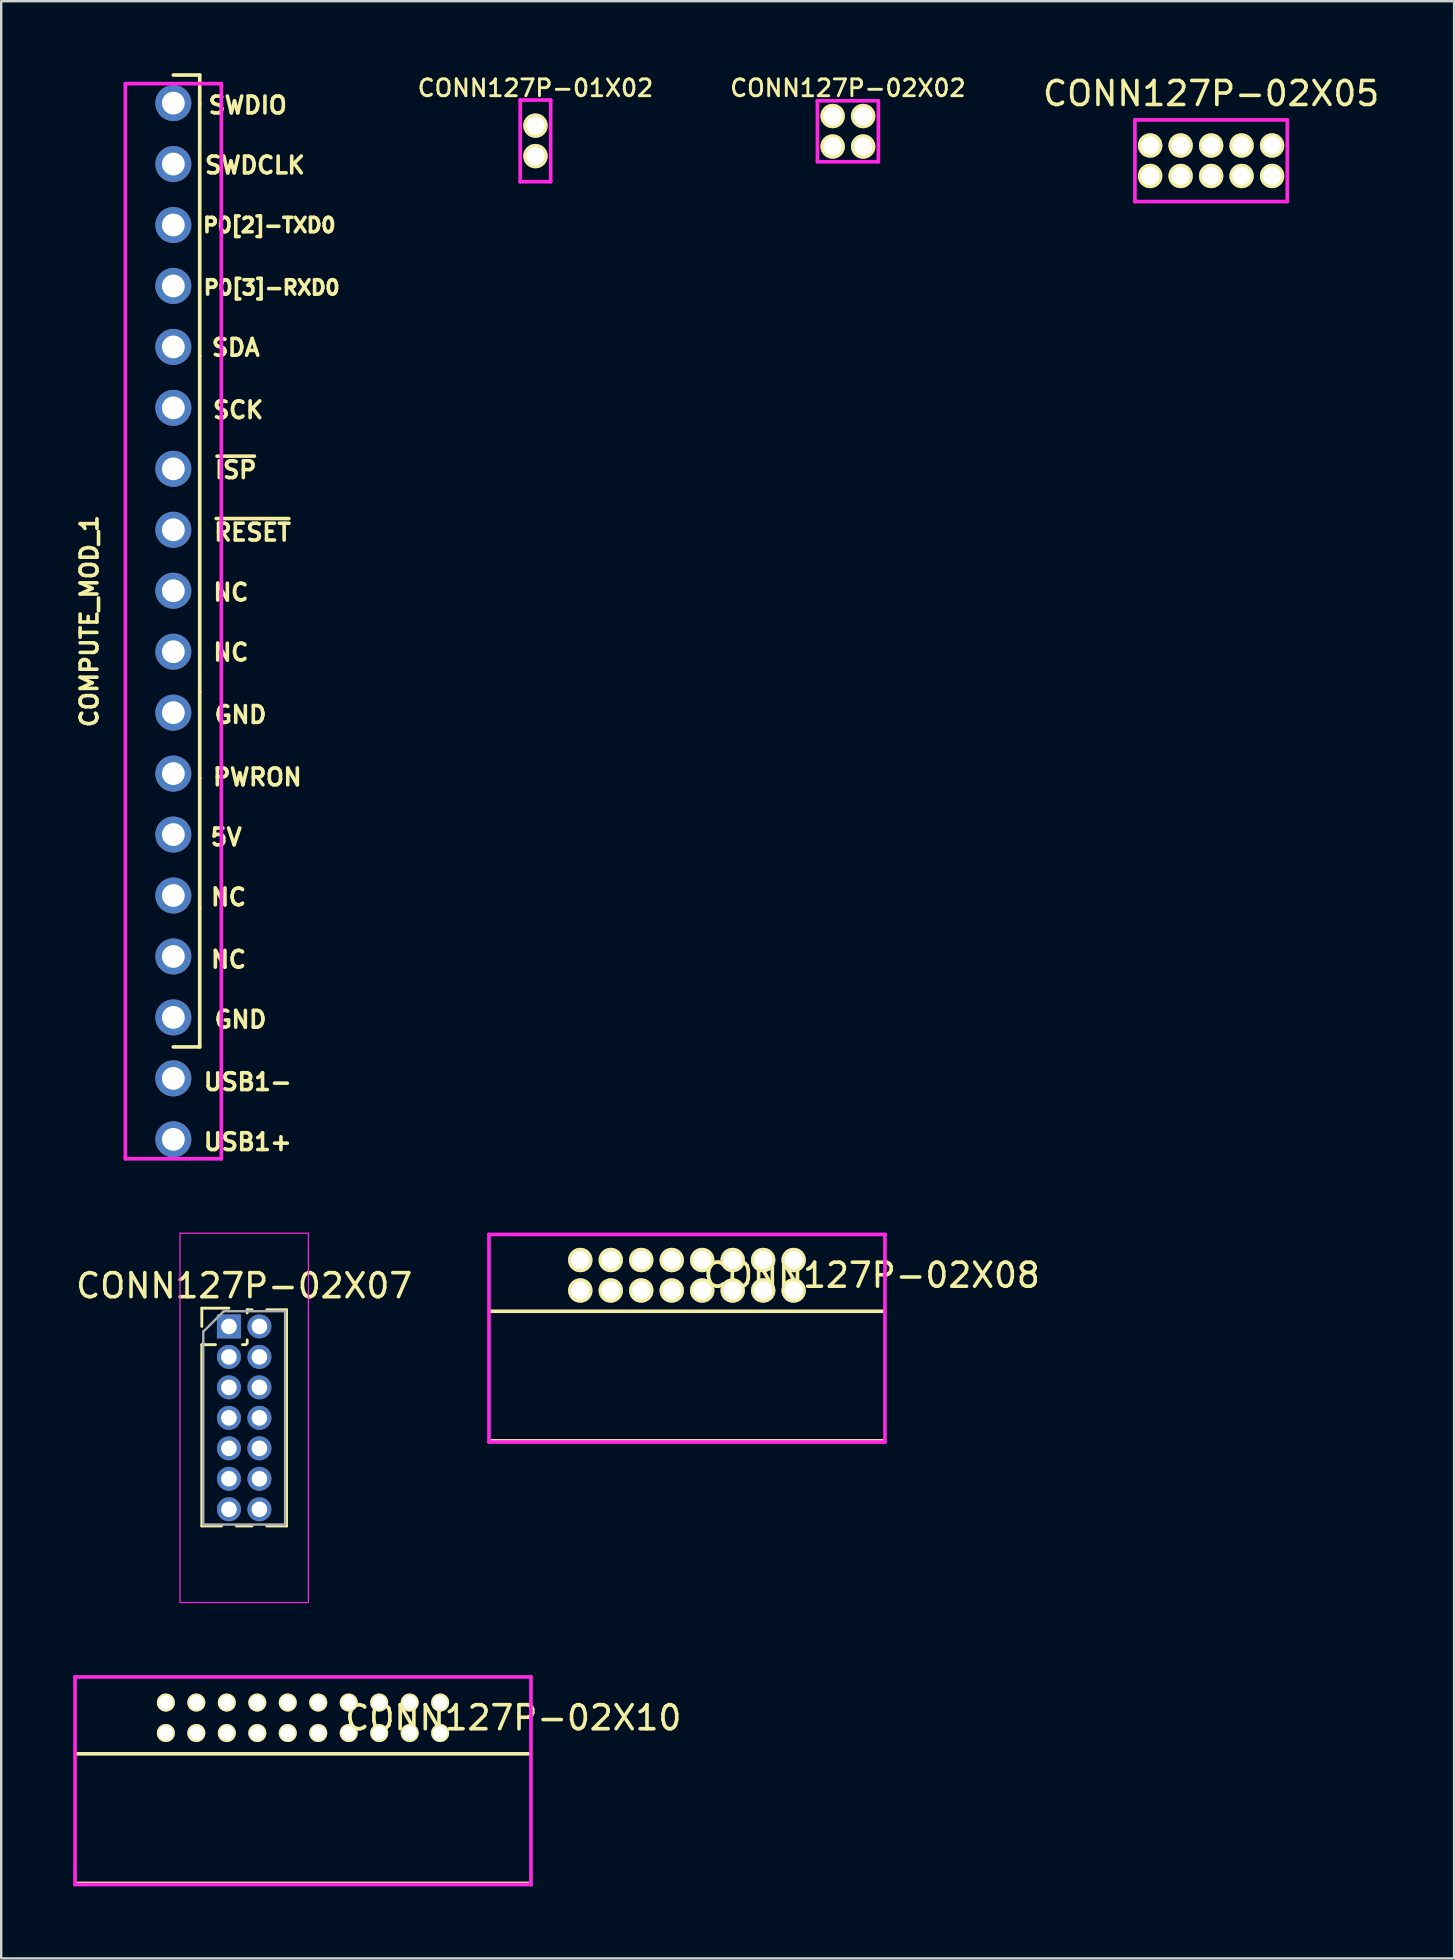
<source format=kicad_pcb>
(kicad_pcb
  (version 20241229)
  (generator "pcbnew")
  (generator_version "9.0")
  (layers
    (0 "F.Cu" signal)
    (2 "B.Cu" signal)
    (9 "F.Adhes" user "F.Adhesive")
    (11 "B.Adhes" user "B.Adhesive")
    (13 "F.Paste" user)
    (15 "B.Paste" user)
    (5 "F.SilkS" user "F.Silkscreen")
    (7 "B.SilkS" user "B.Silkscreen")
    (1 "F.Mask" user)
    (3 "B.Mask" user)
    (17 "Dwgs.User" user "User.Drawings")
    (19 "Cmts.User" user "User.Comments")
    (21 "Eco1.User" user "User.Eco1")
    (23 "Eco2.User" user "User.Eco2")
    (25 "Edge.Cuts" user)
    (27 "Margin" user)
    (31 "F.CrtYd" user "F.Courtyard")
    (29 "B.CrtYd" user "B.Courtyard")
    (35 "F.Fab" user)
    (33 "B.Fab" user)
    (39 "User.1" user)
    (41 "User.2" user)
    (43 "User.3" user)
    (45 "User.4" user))
  (footprint "CONN127P-02X07"
    (layer "F.Cu")
    (at 7.125 56.032)
    (property "Reference" "CONN127P-02X07" (at 0 -5.505 0) (layer "F.SilkS") (effects (font (size 1 1) (thickness 0.15))))
    (attr through_hole)
    (fp_line (start -1.765 -4.57) (end -0.635 -4.57) (stroke (width 0.12) (type solid)) (layer "F.SilkS"))
    (fp_line (start -1.765 -3.81) (end -1.765 -4.57) (stroke (width 0.12) (type solid)) (layer "F.SilkS"))
    (fp_line (start -1.765 -3.05) (end -1.765 4.505) (stroke (width 0.12) (type solid)) (layer "F.SilkS"))
    (fp_line (start -1.765 -3.05) (end -1.198 -3.05) (stroke (width 0.12) (type solid)) (layer "F.SilkS"))
    (fp_line (start -1.765 4.505) (end -0.943 4.505) (stroke (width 0.12) (type solid)) (layer "F.SilkS"))
    (fp_line (start -0.327 4.505) (end 0.327 4.505) (stroke (width 0.12) (type solid)) (layer "F.SilkS"))
    (fp_line (start -0.072 -3.05) (end 0.072 -3.05) (stroke (width 0.12) (type solid)) (layer "F.SilkS"))
    (fp_line (start 0.125 -4.505) (end 0.327 -4.505) (stroke (width 0.12) (type solid)) (layer "F.SilkS"))
    (fp_line (start 0.125 -4.373) (end 0.125 -4.505) (stroke (width 0.12) (type solid)) (layer "F.SilkS"))
    (fp_line (start 0.125 -3.103) (end 0.125 -3.247) (stroke (width 0.12) (type solid)) (layer "F.SilkS"))
    (fp_line (start 0.943 -4.505) (end 1.765 -4.505) (stroke (width 0.12) (type solid)) (layer "F.SilkS"))
    (fp_line (start 0.943 4.505) (end 1.765 4.505) (stroke (width 0.12) (type solid)) (layer "F.SilkS"))
    (fp_line (start 1.765 -4.505) (end 1.765 4.505) (stroke (width 0.12) (type solid)) (layer "F.SilkS"))
    (fp_line (start -2.675 -7.695) (end -2.675 7.695) (stroke (width 0.05) (type solid)) (layer "F.CrtYd"))
    (fp_line (start -2.675 7.695) (end 2.675 7.695) (stroke (width 0.05) (type solid)) (layer "F.CrtYd"))
    (fp_line (start 2.675 -7.695) (end -2.675 -7.695) (stroke (width 0.05) (type solid)) (layer "F.CrtYd"))
    (fp_line (start 2.675 7.695) (end 2.675 -7.695) (stroke (width 0.05) (type solid)) (layer "F.CrtYd"))
    (fp_line (start -1.705 -3.592) (end -0.853 -4.445) (stroke (width 0.1) (type solid)) (layer "F.Fab"))
    (fp_line (start -1.705 4.445) (end -1.705 -3.592) (stroke (width 0.1) (type solid)) (layer "F.Fab"))
    (fp_line (start -0.853 -4.445) (end 1.705 -4.445) (stroke (width 0.1) (type solid)) (layer "F.Fab"))
    (fp_line (start 1.705 -4.445) (end 1.705 4.445) (stroke (width 0.1) (type solid)) (layer "F.Fab"))
    (fp_line (start 1.705 4.445) (end -1.705 4.445) (stroke (width 0.1) (type solid)) (layer "F.Fab"))
    (pad "1" thru_hole rect (at -0.635 -3.81) (size 1 1) (drill 0.65) (layers "*.Cu" "*.Mask"))
    (pad "2" thru_hole oval (at 0.635 -3.81) (size 1 1) (drill 0.65) (layers "*.Cu" "*.Mask"))
    (pad "3" thru_hole oval (at -0.635 -2.54) (size 1 1) (drill 0.65) (layers "*.Cu" "*.Mask"))
    (pad "4" thru_hole oval (at 0.635 -2.54) (size 1 1) (drill 0.65) (layers "*.Cu" "*.Mask"))
    (pad "5" thru_hole oval (at -0.635 -1.27) (size 1 1) (drill 0.65) (layers "*.Cu" "*.Mask"))
    (pad "6" thru_hole oval (at 0.635 -1.27) (size 1 1) (drill 0.65) (layers "*.Cu" "*.Mask"))
    (pad "7" thru_hole oval (at -0.635 0) (size 1 1) (drill 0.65) (layers "*.Cu" "*.Mask"))
    (pad "8" thru_hole oval (at 0.635 0) (size 1 1) (drill 0.65) (layers "*.Cu" "*.Mask"))
    (pad "9" thru_hole oval (at -0.635 1.27) (size 1 1) (drill 0.65) (layers "*.Cu" "*.Mask"))
    (pad "10" thru_hole oval (at 0.635 1.27) (size 1 1) (drill 0.65) (layers "*.Cu" "*.Mask"))
    (pad "11" thru_hole oval (at -0.635 2.54) (size 1 1) (drill 0.65) (layers "*.Cu" "*.Mask"))
    (pad "12" thru_hole oval (at 0.635 2.54) (size 1 1) (drill 0.65) (layers "*.Cu" "*.Mask"))
    (pad "13" thru_hole oval (at -0.635 3.81) (size 1 1) (drill 0.65) (layers "*.Cu" "*.Mask"))
    (pad "14" thru_hole oval (at 0.635 3.81) (size 1 1) (drill 0.65) (layers "*.Cu" "*.Mask")))
  (footprint "COMPUTE_MOD_1"
    (layer "F.Cu")
    (at 4.173 22.836)
    (property "Reference" "COMPUTE_MOD_1" (at -3.5 0 90) (layer "F.SilkS") (effects (font (size 0.7 0.7) (thickness 0.15))))
    (attr through_hole)
    (fp_line (start 0 17.74) (end 1.1 17.74) (stroke (width 0.152) (type solid)) (layer "F.SilkS"))
    (fp_line (start 1.1 -22.76) (end 0 -22.76) (stroke (width 0.152) (type solid)) (layer "F.SilkS"))
    (fp_line (start 1.1 -21.56) (end 1.1 -22.76) (stroke (width 0.152) (type solid)) (layer "F.SilkS"))
    (fp_line (start 1.1 -11.06) (end 1.1 -21.56) (stroke (width 0.152) (type solid)) (layer "F.SilkS"))
    (fp_line (start 1.1 2.94) (end 1.1 -11.06) (stroke (width 0.152) (type solid)) (layer "F.SilkS"))
    (fp_line (start 1.1 6.54) (end 1.1 2.94) (stroke (width 0.152) (type solid)) (layer "F.SilkS"))
    (fp_line (start 1.1 11.94) (end 1.1 6.54) (stroke (width 0.152) (type solid)) (layer "F.SilkS"))
    (fp_line (start 1.1 17.74) (end 1.1 11.94) (stroke (width 0.152) (type solid)) (layer "F.SilkS"))
    (fp_line (start -2 -22.4) (end -2 22.4) (stroke (width 0.152) (type solid)) (layer "F.CrtYd"))
    (fp_line (start -2 22.4) (end 2 22.4) (stroke (width 0.152) (type solid)) (layer "F.CrtYd"))
    (fp_line (start 2 -22.4) (end -2 -22.4) (stroke (width 0.152) (type solid)) (layer "F.CrtYd"))
    (fp_line (start 2 22.4) (end 2 -22.4) (stroke (width 0.152) (type solid)) (layer "F.CrtYd"))
    (fp_text user "~{ISP}" (at 2.6 -6.3 0) (layer "F.SilkS") (effects (font (size 0.7 0.7) (thickness 0.15))))
    (fp_text user "NC" (at 2.4 -1.2 0) (layer "F.SilkS") (effects (font (size 0.7 0.7) (thickness 0.15))))
    (fp_text user "USB1-" (at 3.1 19.2 0) (layer "F.SilkS") (effects (font (size 0.7 0.7) (thickness 0.15))))
    (fp_text user "PWRON" (at 3.5 6.5 0) (layer "F.SilkS") (effects (font (size 0.7 0.7) (thickness 0.15))))
    (fp_text user "NC" (at 2.3 14.1 0) (layer "F.SilkS") (effects (font (size 0.7 0.7) (thickness 0.15))))
    (fp_text user "SWDCLK" (at 3.4 -19 0) (layer "F.SilkS") (effects (font (size 0.7 0.7) (thickness 0.15))))
    (fp_text user "~{RESET}" (at 3.3 -3.7 0) (layer "F.SilkS") (effects (font (size 0.7 0.7) (thickness 0.15))))
    (fp_text user "SWDIO" (at 3.1 -21.5 0) (layer "F.SilkS") (effects (font (size 0.7 0.7) (thickness 0.15))))
    (fp_text user "NC" (at 2.4 1.3 0) (layer "F.SilkS") (effects (font (size 0.7 0.7) (thickness 0.15))))
    (fp_text user "GND" (at 2.8 16.6 0) (layer "F.SilkS") (effects (font (size 0.7 0.7) (thickness 0.15))))
    (fp_text user "USB1+" (at 3.1 21.7 0) (layer "F.SilkS") (effects (font (size 0.7 0.7) (thickness 0.15))))
    (fp_text user "GND" (at 2.8 3.9 0) (layer "F.SilkS") (effects (font (size 0.7 0.7) (thickness 0.15))))
    (fp_text user "NC" (at 2.3 11.5 0) (layer "F.SilkS") (effects (font (size 0.7 0.7) (thickness 0.15))))
    (fp_text user "SCK" (at 2.7 -8.8 0) (layer "F.SilkS") (effects (font (size 0.7 0.7) (thickness 0.15))))
    (fp_text user "SDA" (at 2.6 -11.4 0) (layer "F.SilkS") (effects (font (size 0.7 0.7) (thickness 0.15))))
    (fp_text user "P0[3]-RXD0" (at 4.1 -13.9 0) (layer "F.SilkS") (effects (font (size 0.6 0.6) (thickness 0.15))))
    (fp_text user "5V" (at 2.2 9 0) (layer "F.SilkS") (effects (font (size 0.7 0.7) (thickness 0.15))))
    (fp_text user "P0[2]-TXD0" (at 4 -16.5 0) (layer "F.SilkS") (effects (font (size 0.6 0.6) (thickness 0.15))))
    (pad "1" thru_hole circle (at 0 16.51) (size 1.5 1.5) (drill 0.95) (layers "*.Cu" "*.Mask"))
    (pad "2" thru_hole circle (at 0 13.97) (size 1.5 1.5) (drill 0.95) (layers "*.Cu" "*.Mask"))
    (pad "3" thru_hole circle (at 0 11.43) (size 1.5 1.5) (drill 0.95) (layers "*.Cu" "*.Mask"))
    (pad "4" thru_hole circle (at 0 8.89) (size 1.5 1.5) (drill 0.95) (layers "*.Cu" "*.Mask"))
    (pad "5" thru_hole circle (at 0 6.35) (size 1.5 1.5) (drill 0.95) (layers "*.Cu" "*.Mask"))
    (pad "6" thru_hole circle (at 0 3.81) (size 1.5 1.5) (drill 0.95) (layers "*.Cu" "*.Mask"))
    (pad "7" thru_hole circle (at 0 1.27) (size 1.5 1.5) (drill 0.95) (layers "*.Cu" "*.Mask"))
    (pad "8" thru_hole circle (at 0 -1.27) (size 1.5 1.5) (drill 0.95) (layers "*.Cu" "*.Mask"))
    (pad "9" thru_hole circle (at 0 -3.81) (size 1.5 1.5) (drill 0.95) (layers "*.Cu" "*.Mask"))
    (pad "10" thru_hole circle (at 0 -6.35) (size 1.5 1.5) (drill 0.95) (layers "*.Cu" "*.Mask"))
    (pad "11" thru_hole circle (at 0 -8.89) (size 1.5 1.5) (drill 0.95) (layers "*.Cu" "*.Mask"))
    (pad "12" thru_hole circle (at 0 -11.43) (size 1.5 1.5) (drill 0.95) (layers "*.Cu" "*.Mask"))
    (pad "13" thru_hole circle (at 0 -13.97) (size 1.5 1.5) (drill 0.95) (layers "*.Cu" "*.Mask"))
    (pad "14" thru_hole circle (at 0 -16.51) (size 1.5 1.5) (drill 0.95) (layers "*.Cu" "*.Mask"))
    (pad "15" thru_hole circle (at 0 -19.05) (size 1.5 1.5) (drill 0.95) (layers "*.Cu" "*.Mask"))
    (pad "16" thru_hole circle (at 0 -21.59) (size 1.5 1.5) (drill 0.95) (layers "*.Cu" "*.Mask"))
    (pad "17" thru_hole circle (at 0 19.05) (size 1.5 1.5) (drill 0.95) (layers "*.Cu" "*.Mask"))
    (pad "18" thru_hole circle (at 0 21.59) (size 1.5 1.5) (drill 0.95) (layers "*.Cu" "*.Mask")))
  (footprint "CONN127P-02X02"
    (layer "F.Cu")
    (at 32.282 2.42)
    (property "Reference" "CONN127P-02X02" (at 0 -1.8 0) (layer "F.SilkS") (effects (font (size 0.7 0.7) (thickness 0.12))))
    (attr through_hole)
    (fp_line (start -1.27 -1.27) (end -1.27 1.27) (stroke (width 0.152) (type solid)) (layer "F.CrtYd"))
    (fp_line (start -1.27 -1.27) (end 1.27 -1.27) (stroke (width 0.152) (type solid)) (layer "F.CrtYd"))
    (fp_line (start -1.27 1.27) (end 1.27 1.27) (stroke (width 0.152) (type solid)) (layer "F.CrtYd"))
    (fp_line (start 1.27 -1.27) (end 1.27 1.27) (stroke (width 0.152) (type solid)) (layer "F.CrtYd"))
    (pad "1" thru_hole circle (at 0.635 -0.635) (size 1.016 1.016) (drill 0.762) (layers "*.Cu" "*.Mask" "F.SilkS"))
    (pad "2" thru_hole circle (at 0.635 0.635) (size 1.016 1.016) (drill 0.762) (layers "*.Cu" "*.Mask" "F.SilkS"))
    (pad "3" thru_hole circle (at -0.635 -0.635) (size 1.016 1.016) (drill 0.762) (layers "*.Cu" "*.Mask" "F.SilkS"))
    (pad "4" thru_hole circle (at -0.635 0.635) (size 1.016 1.016) (drill 0.762) (layers "*.Cu" "*.Mask" "F.SilkS")))
  (footprint "CONN127P-02X08"
    (layer "F.Cu")
    (at 25.576 50.09)
    (property "Reference" "CONN127P-02X08" (at 7.7 0 0) (layer "F.SilkS") (effects (font (size 1 1) (thickness 0.15))))
    (attr through_hole)
    (fp_line (start 8.2 1.5) (end -8.2 1.5) (stroke (width 0.15) (type solid)) (layer "F.SilkS"))
    (fp_line (start 8.2 6.9) (end -8.2 6.9) (stroke (width 0.15) (type solid)) (layer "F.SilkS"))
    (fp_line (start -8.25 -1.702) (end -8.25 6.95) (stroke (width 0.152) (type solid)) (layer "F.CrtYd"))
    (fp_line (start -8.25 -1.702) (end 8.25 -1.702) (stroke (width 0.152) (type solid)) (layer "F.CrtYd"))
    (fp_line (start -8.25 6.95) (end 8.25 6.95) (stroke (width 0.152) (type solid)) (layer "F.CrtYd"))
    (fp_line (start 8.25 -1.702) (end 8.25 6.95) (stroke (width 0.152) (type solid)) (layer "F.CrtYd"))
    (pad "1" thru_hole circle (at 4.445 -0.635) (size 1.016 1.016) (drill 0.762) (layers "*.Cu" "*.Mask" "F.SilkS"))
    (pad "2" thru_hole circle (at 4.445 0.635) (size 1.016 1.016) (drill 0.762) (layers "*.Cu" "*.Mask" "F.SilkS"))
    (pad "3" thru_hole circle (at 3.175 -0.635) (size 1.016 1.016) (drill 0.762) (layers "*.Cu" "*.Mask" "F.SilkS"))
    (pad "4" thru_hole circle (at 3.175 0.635) (size 1.016 1.016) (drill 0.762) (layers "*.Cu" "*.Mask" "F.SilkS"))
    (pad "5" thru_hole circle (at 1.905 -0.635) (size 1.016 1.016) (drill 0.762) (layers "*.Cu" "*.Mask" "F.SilkS"))
    (pad "6" thru_hole circle (at 1.905 0.635) (size 1.016 1.016) (drill 0.762) (layers "*.Cu" "*.Mask" "F.SilkS"))
    (pad "7" thru_hole circle (at 0.635 -0.635) (size 1.016 1.016) (drill 0.762) (layers "*.Cu" "*.Mask" "F.SilkS"))
    (pad "8" thru_hole circle (at 0.635 0.635) (size 1.016 1.016) (drill 0.762) (layers "*.Cu" "*.Mask" "F.SilkS"))
    (pad "9" thru_hole circle (at -0.635 -0.635) (size 1.016 1.016) (drill 0.762) (layers "*.Cu" "*.Mask" "F.SilkS"))
    (pad "10" thru_hole circle (at -0.635 0.635) (size 1.016 1.016) (drill 0.762) (layers "*.Cu" "*.Mask" "F.SilkS"))
    (pad "11" thru_hole circle (at -1.905 -0.635) (size 1.016 1.016) (drill 0.762) (layers "*.Cu" "*.Mask" "F.SilkS"))
    (pad "12" thru_hole circle (at -1.905 0.635) (size 1.016 1.016) (drill 0.762) (layers "*.Cu" "*.Mask" "F.SilkS"))
    (pad "13" thru_hole circle (at -3.175 -0.635) (size 1.016 1.016) (drill 0.762) (layers "*.Cu" "*.Mask" "F.SilkS"))
    (pad "14" thru_hole circle (at -3.175 0.635) (size 1.016 1.016) (drill 0.762) (layers "*.Cu" "*.Mask" "F.SilkS"))
    (pad "15" thru_hole circle (at -4.445 -0.635) (size 1.016 1.016) (drill 0.762) (layers "*.Cu" "*.Mask" "F.SilkS"))
    (pad "16" thru_hole circle (at -4.445 0.635) (size 1.016 1.016) (drill 0.762) (layers "*.Cu" "*.Mask" "F.SilkS")))
  (footprint "CONN127P-02X10"
    (layer "F.Cu")
    (at 9.576 68.53)
    (property "Reference" "CONN127P-02X10" (at 8.763 0 0) (layer "F.SilkS") (effects (font (size 1 1) (thickness 0.15))))
    (attr through_hole)
    (fp_line (start 9.45 1.5) (end -9.45 1.5) (stroke (width 0.15) (type solid)) (layer "F.SilkS"))
    (fp_line (start 9.45 6.9) (end -9.45 6.9) (stroke (width 0.15) (type solid)) (layer "F.SilkS"))
    (fp_line (start -9.5 -1.702) (end -9.5 6.95) (stroke (width 0.152) (type solid)) (layer "F.CrtYd"))
    (fp_line (start -9.5 -1.702) (end 9.5 -1.702) (stroke (width 0.152) (type solid)) (layer "F.CrtYd"))
    (fp_line (start -9.5 6.95) (end 9.5 6.95) (stroke (width 0.152) (type solid)) (layer "F.CrtYd"))
    (fp_line (start 9.5 -1.702) (end 9.5 6.95) (stroke (width 0.152) (type solid)) (layer "F.CrtYd"))
    (pad "1" thru_hole circle (at 5.715 -0.635) (size 0.75 0.75) (drill 0.6) (layers "*.Cu" "*.Mask" "F.SilkS"))
    (pad "2" thru_hole circle (at 5.715 0.635) (size 0.75 0.75) (drill 0.6) (layers "*.Cu" "*.Mask" "F.SilkS"))
    (pad "3" thru_hole circle (at 4.445 -0.635) (size 0.75 0.75) (drill 0.6) (layers "*.Cu" "*.Mask" "F.SilkS"))
    (pad "4" thru_hole circle (at 4.445 0.635) (size 0.75 0.75) (drill 0.6) (layers "*.Cu" "*.Mask" "F.SilkS"))
    (pad "5" thru_hole circle (at 3.175 -0.635) (size 0.75 0.75) (drill 0.6) (layers "*.Cu" "*.Mask" "F.SilkS"))
    (pad "6" thru_hole circle (at 3.175 0.635) (size 0.75 0.75) (drill 0.6) (layers "*.Cu" "*.Mask" "F.SilkS"))
    (pad "7" thru_hole circle (at 1.905 -0.635) (size 0.75 0.75) (drill 0.6) (layers "*.Cu" "*.Mask" "F.SilkS"))
    (pad "8" thru_hole circle (at 1.905 0.635) (size 0.75 0.75) (drill 0.6) (layers "*.Cu" "*.Mask" "F.SilkS"))
    (pad "9" thru_hole circle (at 0.635 -0.635) (size 0.75 0.75) (drill 0.6) (layers "*.Cu" "*.Mask" "F.SilkS"))
    (pad "10" thru_hole circle (at 0.635 0.635) (size 0.75 0.75) (drill 0.6) (layers "*.Cu" "*.Mask" "F.SilkS"))
    (pad "11" thru_hole circle (at -0.635 -0.635) (size 0.75 0.75) (drill 0.6) (layers "*.Cu" "*.Mask" "F.SilkS"))
    (pad "12" thru_hole circle (at -0.635 0.635) (size 0.75 0.75) (drill 0.6) (layers "*.Cu" "*.Mask" "F.SilkS"))
    (pad "13" thru_hole circle (at -1.905 -0.635) (size 0.75 0.75) (drill 0.6) (layers "*.Cu" "*.Mask" "F.SilkS"))
    (pad "14" thru_hole circle (at -1.905 0.635) (size 0.75 0.75) (drill 0.6) (layers "*.Cu" "*.Mask" "F.SilkS"))
    (pad "15" thru_hole circle (at -3.175 -0.635) (size 0.75 0.75) (drill 0.6) (layers "*.Cu" "*.Mask" "F.SilkS"))
    (pad "16" thru_hole circle (at -3.175 0.635) (size 0.75 0.75) (drill 0.6) (layers "*.Cu" "*.Mask" "F.SilkS"))
    (pad "17" thru_hole circle (at -4.445 -0.635) (size 0.75 0.75) (drill 0.6) (layers "*.Cu" "*.Mask" "F.SilkS"))
    (pad "18" thru_hole circle (at -4.445 0.635) (size 0.75 0.75) (drill 0.6) (layers "*.Cu" "*.Mask" "F.SilkS"))
    (pad "19" thru_hole circle (at -5.715 -0.635) (size 0.75 0.75) (drill 0.6) (layers "*.Cu" "*.Mask" "F.SilkS"))
    (pad "20" thru_hole circle (at -5.715 0.635) (size 0.75 0.75) (drill 0.6) (layers "*.Cu" "*.Mask" "F.SilkS")))
  (footprint "CONN127P-02X05"
    (layer "F.Cu")
    (at 47.417 3.648)
    (property "Reference" "CONN127P-02X05" (at 0 -2.8 0) (layer "F.SilkS") (effects (font (size 1 1) (thickness 0.15))))
    (attr through_hole)
    (fp_line (start -3.175 -1.702) (end -3.175 1.702) (stroke (width 0.152) (type solid)) (layer "F.CrtYd"))
    (fp_line (start -3.175 -1.702) (end 3.175 -1.702) (stroke (width 0.152) (type solid)) (layer "F.CrtYd"))
    (fp_line (start -3.175 1.702) (end 3.175 1.702) (stroke (width 0.152) (type solid)) (layer "F.CrtYd"))
    (fp_line (start 3.175 -1.702) (end 3.175 1.702) (stroke (width 0.152) (type solid)) (layer "F.CrtYd"))
    (pad "1" thru_hole circle (at -2.54 0.635) (size 1.016 1.016) (drill 0.762) (layers "*.Cu" "*.Mask" "F.SilkS"))
    (pad "2" thru_hole circle (at -2.54 -0.635) (size 1.016 1.016) (drill 0.762) (layers "*.Cu" "*.Mask" "F.SilkS"))
    (pad "3" thru_hole circle (at -1.27 0.635) (size 1.016 1.016) (drill 0.762) (layers "*.Cu" "*.Mask" "F.SilkS"))
    (pad "4" thru_hole circle (at -1.27 -0.635) (size 1.016 1.016) (drill 0.762) (layers "*.Cu" "*.Mask" "F.SilkS"))
    (pad "5" thru_hole circle (at 0 0.635) (size 1.016 1.016) (drill 0.762) (layers "*.Cu" "*.Mask" "F.SilkS"))
    (pad "6" thru_hole circle (at 0 -0.635) (size 1.016 1.016) (drill 0.762) (layers "*.Cu" "*.Mask" "F.SilkS"))
    (pad "7" thru_hole circle (at 1.27 0.635) (size 1.016 1.016) (drill 0.762) (layers "*.Cu" "*.Mask" "F.SilkS"))
    (pad "8" thru_hole circle (at 1.27 -0.635) (size 1.016 1.016) (drill 0.762) (layers "*.Cu" "*.Mask" "F.SilkS"))
    (pad "9" thru_hole circle (at 2.54 0.635) (size 1.016 1.016) (drill 0.762) (layers "*.Cu" "*.Mask" "F.SilkS"))
    (pad "10" thru_hole circle (at 2.54 -0.635) (size 1.016 1.016) (drill 0.762) (layers "*.Cu" "*.Mask" "F.SilkS")))
  (footprint "CONN127P-01X02"
    (layer "F.Cu")
    (at 19.262 2.82)
    (property "Reference" "CONN127P-01X02" (at 0 -2.2 0) (layer "F.SilkS") (effects (font (size 0.7 0.7) (thickness 0.12))))
    (attr through_hole)
    (fp_line (start -0.635 -1.702) (end -0.635 1.702) (stroke (width 0.152) (type solid)) (layer "F.CrtYd"))
    (fp_line (start -0.635 -1.702) (end 0.635 -1.702) (stroke (width 0.152) (type solid)) (layer "F.CrtYd"))
    (fp_line (start -0.635 1.702) (end 0.635 1.702) (stroke (width 0.152) (type solid)) (layer "F.CrtYd"))
    (fp_line (start 0.635 -1.702) (end 0.635 1.702) (stroke (width 0.152) (type solid)) (layer "F.CrtYd"))
    (pad "1" thru_hole circle (at 0 0.635) (size 1.016 1.016) (drill 0.762) (layers "*.Cu" "*.Mask" "F.SilkS"))
    (pad "2" thru_hole circle (at 0 -0.635) (size 1.016 1.016) (drill 0.762) (layers "*.Cu" "*.Mask" "F.SilkS")))
  (gr_rect
    (start -3 -3)
    (end 57.542 78.557)
    (stroke (width 0.1) (type default))
    (fill no)
    (layer "Edge.Cuts")))
</source>
